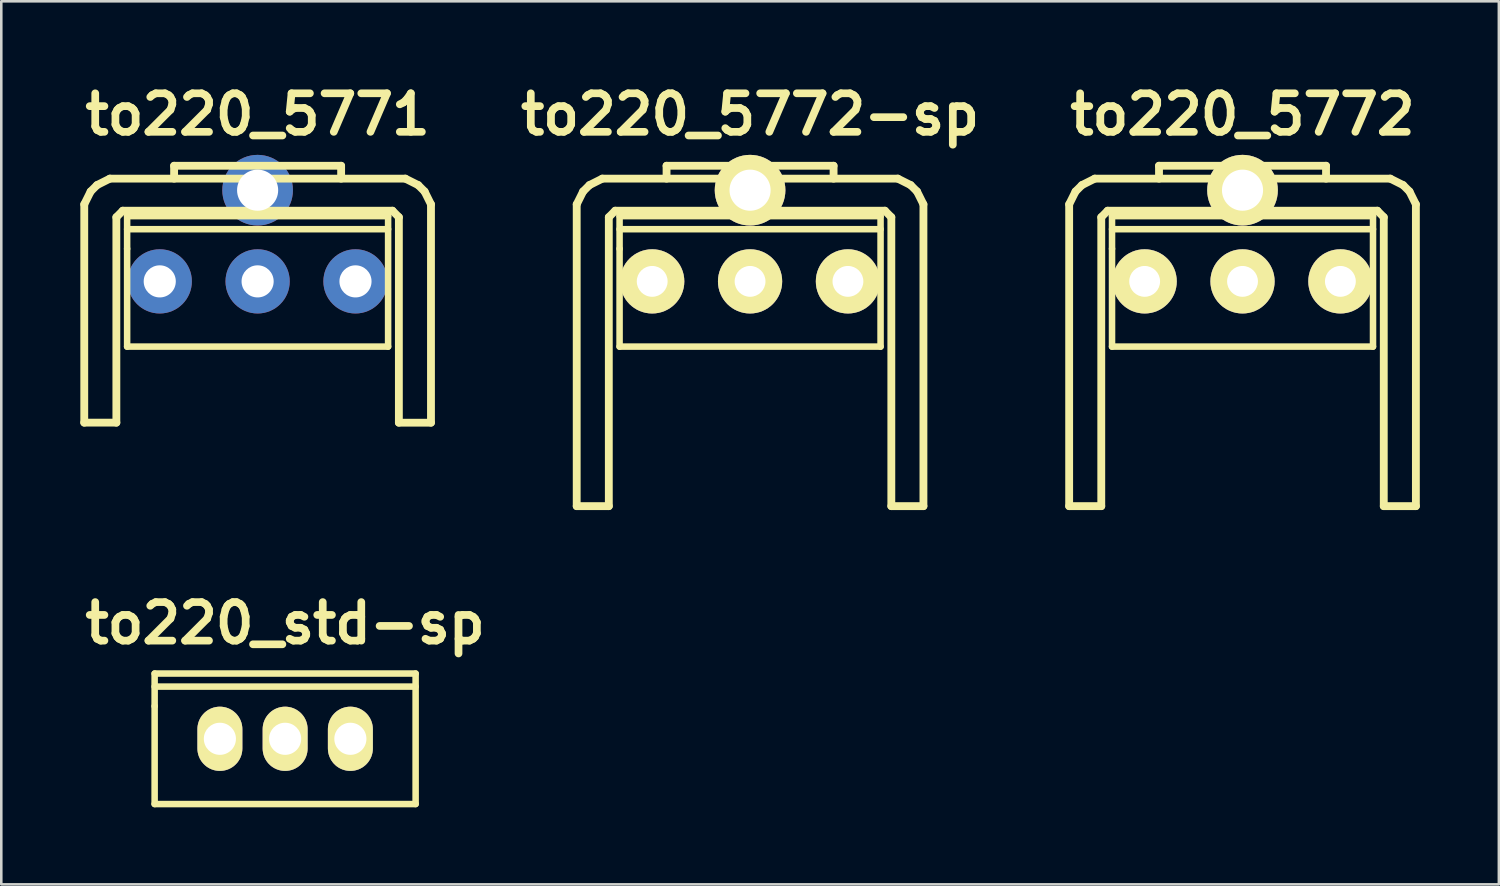
<source format=kicad_pcb>
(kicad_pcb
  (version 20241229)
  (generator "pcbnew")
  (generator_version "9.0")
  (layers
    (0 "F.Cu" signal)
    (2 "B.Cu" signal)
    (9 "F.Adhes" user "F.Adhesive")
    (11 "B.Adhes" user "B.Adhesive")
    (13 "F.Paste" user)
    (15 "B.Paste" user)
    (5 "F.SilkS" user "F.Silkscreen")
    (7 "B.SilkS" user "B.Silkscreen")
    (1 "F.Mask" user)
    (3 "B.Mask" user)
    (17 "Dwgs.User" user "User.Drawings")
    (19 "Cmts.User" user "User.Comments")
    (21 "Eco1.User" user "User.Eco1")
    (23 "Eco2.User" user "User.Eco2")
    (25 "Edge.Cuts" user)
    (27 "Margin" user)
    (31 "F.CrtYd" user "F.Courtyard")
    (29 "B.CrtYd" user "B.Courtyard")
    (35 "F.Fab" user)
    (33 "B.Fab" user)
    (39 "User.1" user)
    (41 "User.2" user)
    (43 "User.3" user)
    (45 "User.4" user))
  (footprint "to220_5772-sp"
    (layer "F.Cu")
    (at 26.15 7.904)
    (property "Reference" "to220_5772-sp" (at 0 -6.5 0) (layer "F.SilkS") (effects (font (size 1.5 1.5) (thickness 0.3))))
    (attr through_hole)
    (fp_line (start -6.749 -3) (end -6.749 8.75) (stroke (width 0.305) (type solid)) (layer "F.SilkS"))
    (fp_line (start -6.749 -3) (end -6.5 -3.5) (stroke (width 0.305) (type solid)) (layer "F.SilkS"))
    (fp_line (start -6.5 -3.5) (end -6.251 -3.749) (stroke (width 0.305) (type solid)) (layer "F.SilkS"))
    (fp_line (start -6.251 -3.749) (end -5.751 -4) (stroke (width 0.305) (type solid)) (layer "F.SilkS"))
    (fp_line (start -5.499 -2.499) (end -5.25 -2.751) (stroke (width 0.305) (type solid)) (layer "F.SilkS"))
    (fp_line (start -5.499 8.75) (end -6.749 8.75) (stroke (width 0.305) (type solid)) (layer "F.SilkS"))
    (fp_line (start -5.499 8.75) (end -5.499 -2.499) (stroke (width 0.305) (type solid)) (layer "F.SilkS"))
    (fp_line (start -5.25 -2.751) (end 5.25 -2.751) (stroke (width 0.305) (type solid)) (layer "F.SilkS"))
    (fp_line (start -5.08 -2.54) (end -5.08 -1.27) (stroke (width 0.254) (type solid)) (layer "F.SilkS"))
    (fp_line (start -5.08 -2.032) (end 5.08 -2.032) (stroke (width 0.254) (type solid)) (layer "F.SilkS"))
    (fp_line (start -5.08 -1.27) (end -5.08 2.54) (stroke (width 0.254) (type solid)) (layer "F.SilkS"))
    (fp_line (start -5.08 2.54) (end 5.08 2.54) (stroke (width 0.254) (type solid)) (layer "F.SilkS"))
    (fp_line (start -3.251 -4.501) (end 3.251 -4.501) (stroke (width 0.305) (type solid)) (layer "F.SilkS"))
    (fp_line (start -3.251 -4) (end -3.251 -4.501) (stroke (width 0.305) (type solid)) (layer "F.SilkS"))
    (fp_line (start 3.251 -4.501) (end 3.251 -4) (stroke (width 0.305) (type solid)) (layer "F.SilkS"))
    (fp_line (start 5.08 -2.54) (end -5.08 -2.54) (stroke (width 0.254) (type solid)) (layer "F.SilkS"))
    (fp_line (start 5.08 2.54) (end 5.08 -2.54) (stroke (width 0.254) (type solid)) (layer "F.SilkS"))
    (fp_line (start 5.25 -2.751) (end 5.499 -2.499) (stroke (width 0.305) (type solid)) (layer "F.SilkS"))
    (fp_line (start 5.499 -2.499) (end 5.499 8.75) (stroke (width 0.305) (type solid)) (layer "F.SilkS"))
    (fp_line (start 5.751 -4) (end -5.751 -4) (stroke (width 0.305) (type solid)) (layer "F.SilkS"))
    (fp_line (start 5.751 -4) (end 6.251 -3.749) (stroke (width 0.305) (type solid)) (layer "F.SilkS"))
    (fp_line (start 6.251 -3.749) (end 6.5 -3.5) (stroke (width 0.305) (type solid)) (layer "F.SilkS"))
    (fp_line (start 6.5 -3.5) (end 6.749 -3) (stroke (width 0.305) (type solid)) (layer "F.SilkS"))
    (fp_line (start 6.749 -3) (end 6.749 8.75) (stroke (width 0.305) (type solid)) (layer "F.SilkS"))
    (fp_line (start 6.749 8.75) (end 5.499 8.75) (stroke (width 0.305) (type solid)) (layer "F.SilkS"))
    (pad "" thru_hole circle (at 0 -3.55) (size 2.75 2.75) (drill 1.6) (layers "*.Cu" "*.Mask" "F.SilkS"))
    (pad "1" thru_hole circle (at -3.81 0) (size 2.5 2.5) (drill 1.2) (layers "*.Cu" "*.Mask" "F.SilkS"))
    (pad "2" thru_hole circle (at 0 0) (size 2.5 2.5) (drill 1.2) (layers "*.Cu" "*.Mask" "F.SilkS"))
    (pad "3" thru_hole circle (at 3.81 0) (size 2.5 2.5) (drill 1.2) (layers "*.Cu" "*.Mask" "F.SilkS")))
  (footprint "to220_5772"
    (layer "F.Cu")
    (at 45.321 7.904)
    (property "Reference" "to220_5772" (at 0 -6.5 0) (layer "F.SilkS") (effects (font (size 1.5 1.5) (thickness 0.3))))
    (attr through_hole)
    (fp_line (start -6.749 -3) (end -6.749 8.75) (stroke (width 0.305) (type solid)) (layer "F.SilkS"))
    (fp_line (start -6.749 -3) (end -6.5 -3.5) (stroke (width 0.305) (type solid)) (layer "F.SilkS"))
    (fp_line (start -6.5 -3.5) (end -6.251 -3.749) (stroke (width 0.305) (type solid)) (layer "F.SilkS"))
    (fp_line (start -6.251 -3.749) (end -5.751 -4) (stroke (width 0.305) (type solid)) (layer "F.SilkS"))
    (fp_line (start -5.499 -2.499) (end -5.25 -2.751) (stroke (width 0.305) (type solid)) (layer "F.SilkS"))
    (fp_line (start -5.499 8.75) (end -6.749 8.75) (stroke (width 0.305) (type solid)) (layer "F.SilkS"))
    (fp_line (start -5.499 8.75) (end -5.499 -2.499) (stroke (width 0.305) (type solid)) (layer "F.SilkS"))
    (fp_line (start -5.25 -2.751) (end 5.25 -2.751) (stroke (width 0.305) (type solid)) (layer "F.SilkS"))
    (fp_line (start -5.08 -2.54) (end -5.08 -1.27) (stroke (width 0.254) (type solid)) (layer "F.SilkS"))
    (fp_line (start -5.08 -2.032) (end 5.08 -2.032) (stroke (width 0.254) (type solid)) (layer "F.SilkS"))
    (fp_line (start -5.08 -1.27) (end -5.08 2.54) (stroke (width 0.254) (type solid)) (layer "F.SilkS"))
    (fp_line (start -5.08 2.54) (end 5.08 2.54) (stroke (width 0.254) (type solid)) (layer "F.SilkS"))
    (fp_line (start -3.251 -4.501) (end 3.251 -4.501) (stroke (width 0.305) (type solid)) (layer "F.SilkS"))
    (fp_line (start -3.251 -4) (end -3.251 -4.501) (stroke (width 0.305) (type solid)) (layer "F.SilkS"))
    (fp_line (start 3.251 -4.501) (end 3.251 -4) (stroke (width 0.305) (type solid)) (layer "F.SilkS"))
    (fp_line (start 5.08 -2.54) (end -5.08 -2.54) (stroke (width 0.254) (type solid)) (layer "F.SilkS"))
    (fp_line (start 5.08 2.54) (end 5.08 -2.54) (stroke (width 0.254) (type solid)) (layer "F.SilkS"))
    (fp_line (start 5.25 -2.751) (end 5.499 -2.499) (stroke (width 0.305) (type solid)) (layer "F.SilkS"))
    (fp_line (start 5.499 -2.499) (end 5.499 8.75) (stroke (width 0.305) (type solid)) (layer "F.SilkS"))
    (fp_line (start 5.751 -4) (end -5.751 -4) (stroke (width 0.305) (type solid)) (layer "F.SilkS"))
    (fp_line (start 5.751 -4) (end 6.251 -3.749) (stroke (width 0.305) (type solid)) (layer "F.SilkS"))
    (fp_line (start 6.251 -3.749) (end 6.5 -3.5) (stroke (width 0.305) (type solid)) (layer "F.SilkS"))
    (fp_line (start 6.5 -3.5) (end 6.749 -3) (stroke (width 0.305) (type solid)) (layer "F.SilkS"))
    (fp_line (start 6.749 -3) (end 6.749 8.75) (stroke (width 0.305) (type solid)) (layer "F.SilkS"))
    (fp_line (start 6.749 8.75) (end 5.499 8.75) (stroke (width 0.305) (type solid)) (layer "F.SilkS"))
    (pad "" thru_hole circle (at 0 -3.55) (size 2.75 2.75) (drill 1.6) (layers "*.Cu" "*.Mask" "F.SilkS"))
    (pad "1" thru_hole circle (at 3.81 0) (size 2.5 2.5) (drill 1.2) (layers "*.Cu" "*.Mask" "F.SilkS"))
    (pad "2" thru_hole circle (at 0 0) (size 2.5 2.5) (drill 1.2) (layers "*.Cu" "*.Mask" "F.SilkS"))
    (pad "3" thru_hole circle (at -3.81 0) (size 2.5 2.5) (drill 1.2) (layers "*.Cu" "*.Mask" "F.SilkS")))
  (footprint "to220_std-sp"
    (layer "F.Cu")
    (at 8.05 25.711)
    (property "Reference" "to220_std-sp" (at 0 -4.5 0) (layer "F.SilkS") (effects (font (size 1.5 1.5) (thickness 0.3))))
    (attr through_hole)
    (fp_line (start -5.08 -2.54) (end -5.08 -1.27) (stroke (width 0.254) (type solid)) (layer "F.SilkS"))
    (fp_line (start -5.08 -2.032) (end 5.08 -2.032) (stroke (width 0.254) (type solid)) (layer "F.SilkS"))
    (fp_line (start -5.08 -1.27) (end -5.08 2.54) (stroke (width 0.254) (type solid)) (layer "F.SilkS"))
    (fp_line (start -5.08 2.54) (end 5.08 2.54) (stroke (width 0.254) (type solid)) (layer "F.SilkS"))
    (fp_line (start 5.08 -2.54) (end -5.08 -2.54) (stroke (width 0.254) (type solid)) (layer "F.SilkS"))
    (fp_line (start 5.08 2.54) (end 5.08 -2.54) (stroke (width 0.254) (type solid)) (layer "F.SilkS"))
    (pad "1" thru_hole oval (at -2.54 0) (size 1.75 2.5) (drill 1.25) (layers "*.Cu" "*.Mask" "F.SilkS"))
    (pad "2" thru_hole oval (at 0 0) (size 1.75 2.5) (drill 1.25) (layers "*.Cu" "*.Mask" "F.SilkS"))
    (pad "3" thru_hole oval (at 2.54 0) (size 1.75 2.5) (drill 1.25) (layers "*.Cu" "*.Mask" "F.SilkS")))
  (footprint "to220_5771"
    (layer "F.Cu")
    (at 6.979 7.904)
    (property "Reference" "to220_5771" (at 0 -6.5 0) (layer "F.SilkS") (effects (font (size 1.5 1.5) (thickness 0.3))))
    (attr through_hole)
    (fp_line (start -6.749 -3) (end -6.5 -3.5) (stroke (width 0.305) (type solid)) (layer "F.SilkS"))
    (fp_line (start -6.749 5.499) (end -6.749 -3) (stroke (width 0.305) (type solid)) (layer "F.SilkS"))
    (fp_line (start -6.5 -3.5) (end -6.251 -3.749) (stroke (width 0.305) (type solid)) (layer "F.SilkS"))
    (fp_line (start -6.251 -3.749) (end -5.751 -4) (stroke (width 0.305) (type solid)) (layer "F.SilkS"))
    (fp_line (start -5.499 -2.499) (end -5.499 5.499) (stroke (width 0.305) (type solid)) (layer "F.SilkS"))
    (fp_line (start -5.499 -2.499) (end -5.25 -2.751) (stroke (width 0.305) (type solid)) (layer "F.SilkS"))
    (fp_line (start -5.499 5.499) (end -6.749 5.499) (stroke (width 0.305) (type solid)) (layer "F.SilkS"))
    (fp_line (start -5.25 -2.751) (end 5.25 -2.751) (stroke (width 0.305) (type solid)) (layer "F.SilkS"))
    (fp_line (start -5.08 -2.54) (end -5.08 -1.27) (stroke (width 0.254) (type solid)) (layer "F.SilkS"))
    (fp_line (start -5.08 -2.032) (end 5.08 -2.032) (stroke (width 0.254) (type solid)) (layer "F.SilkS"))
    (fp_line (start -5.08 -1.27) (end -5.08 2.54) (stroke (width 0.254) (type solid)) (layer "F.SilkS"))
    (fp_line (start -5.08 2.54) (end 5.08 2.54) (stroke (width 0.254) (type solid)) (layer "F.SilkS"))
    (fp_line (start -3.251 -4.501) (end 3.251 -4.501) (stroke (width 0.305) (type solid)) (layer "F.SilkS"))
    (fp_line (start -3.251 -4) (end -3.251 -4.501) (stroke (width 0.305) (type solid)) (layer "F.SilkS"))
    (fp_line (start 3.251 -4.501) (end 3.251 -4) (stroke (width 0.305) (type solid)) (layer "F.SilkS"))
    (fp_line (start 5.08 -2.54) (end -5.08 -2.54) (stroke (width 0.254) (type solid)) (layer "F.SilkS"))
    (fp_line (start 5.08 2.54) (end 5.08 -2.54) (stroke (width 0.254) (type solid)) (layer "F.SilkS"))
    (fp_line (start 5.25 -2.751) (end 5.499 -2.499) (stroke (width 0.305) (type solid)) (layer "F.SilkS"))
    (fp_line (start 5.499 5.499) (end 5.499 -2.499) (stroke (width 0.305) (type solid)) (layer "F.SilkS"))
    (fp_line (start 5.751 -4) (end -5.751 -4) (stroke (width 0.305) (type solid)) (layer "F.SilkS"))
    (fp_line (start 5.751 -4) (end 6.251 -3.749) (stroke (width 0.305) (type solid)) (layer "F.SilkS"))
    (fp_line (start 6.251 -3.749) (end 6.5 -3.5) (stroke (width 0.305) (type solid)) (layer "F.SilkS"))
    (fp_line (start 6.5 -3.5) (end 6.749 -3) (stroke (width 0.305) (type solid)) (layer "F.SilkS"))
    (fp_line (start 6.749 5.499) (end 6.749 -3) (stroke (width 0.305) (type solid)) (layer "F.SilkS"))
    (fp_line (start 6.749 5.502) (end 5.499 5.502) (stroke (width 0.305) (type solid)) (layer "F.SilkS"))
    (pad "" thru_hole circle (at 0 -3.55) (size 2.75 2.75) (drill 1.6) (layers "*.Cu" "*.Mask"))
    (pad "1" thru_hole circle (at 3.81 0) (size 2.5 2.5) (drill 1.25) (layers "*.Cu" "*.Mask"))
    (pad "2" thru_hole circle (at 0 0) (size 2.5 2.5) (drill 1.25) (layers "*.Cu" "*.Mask"))
    (pad "3" thru_hole circle (at -3.81 0) (size 2.5 2.5) (drill 1.25) (layers "*.Cu" "*.Mask")))
  (gr_rect
    (start -3 -3)
    (end 55.3 31.378)
    (stroke (width 0.1) (type default))
    (fill no)
    (layer "Edge.Cuts")))
</source>
